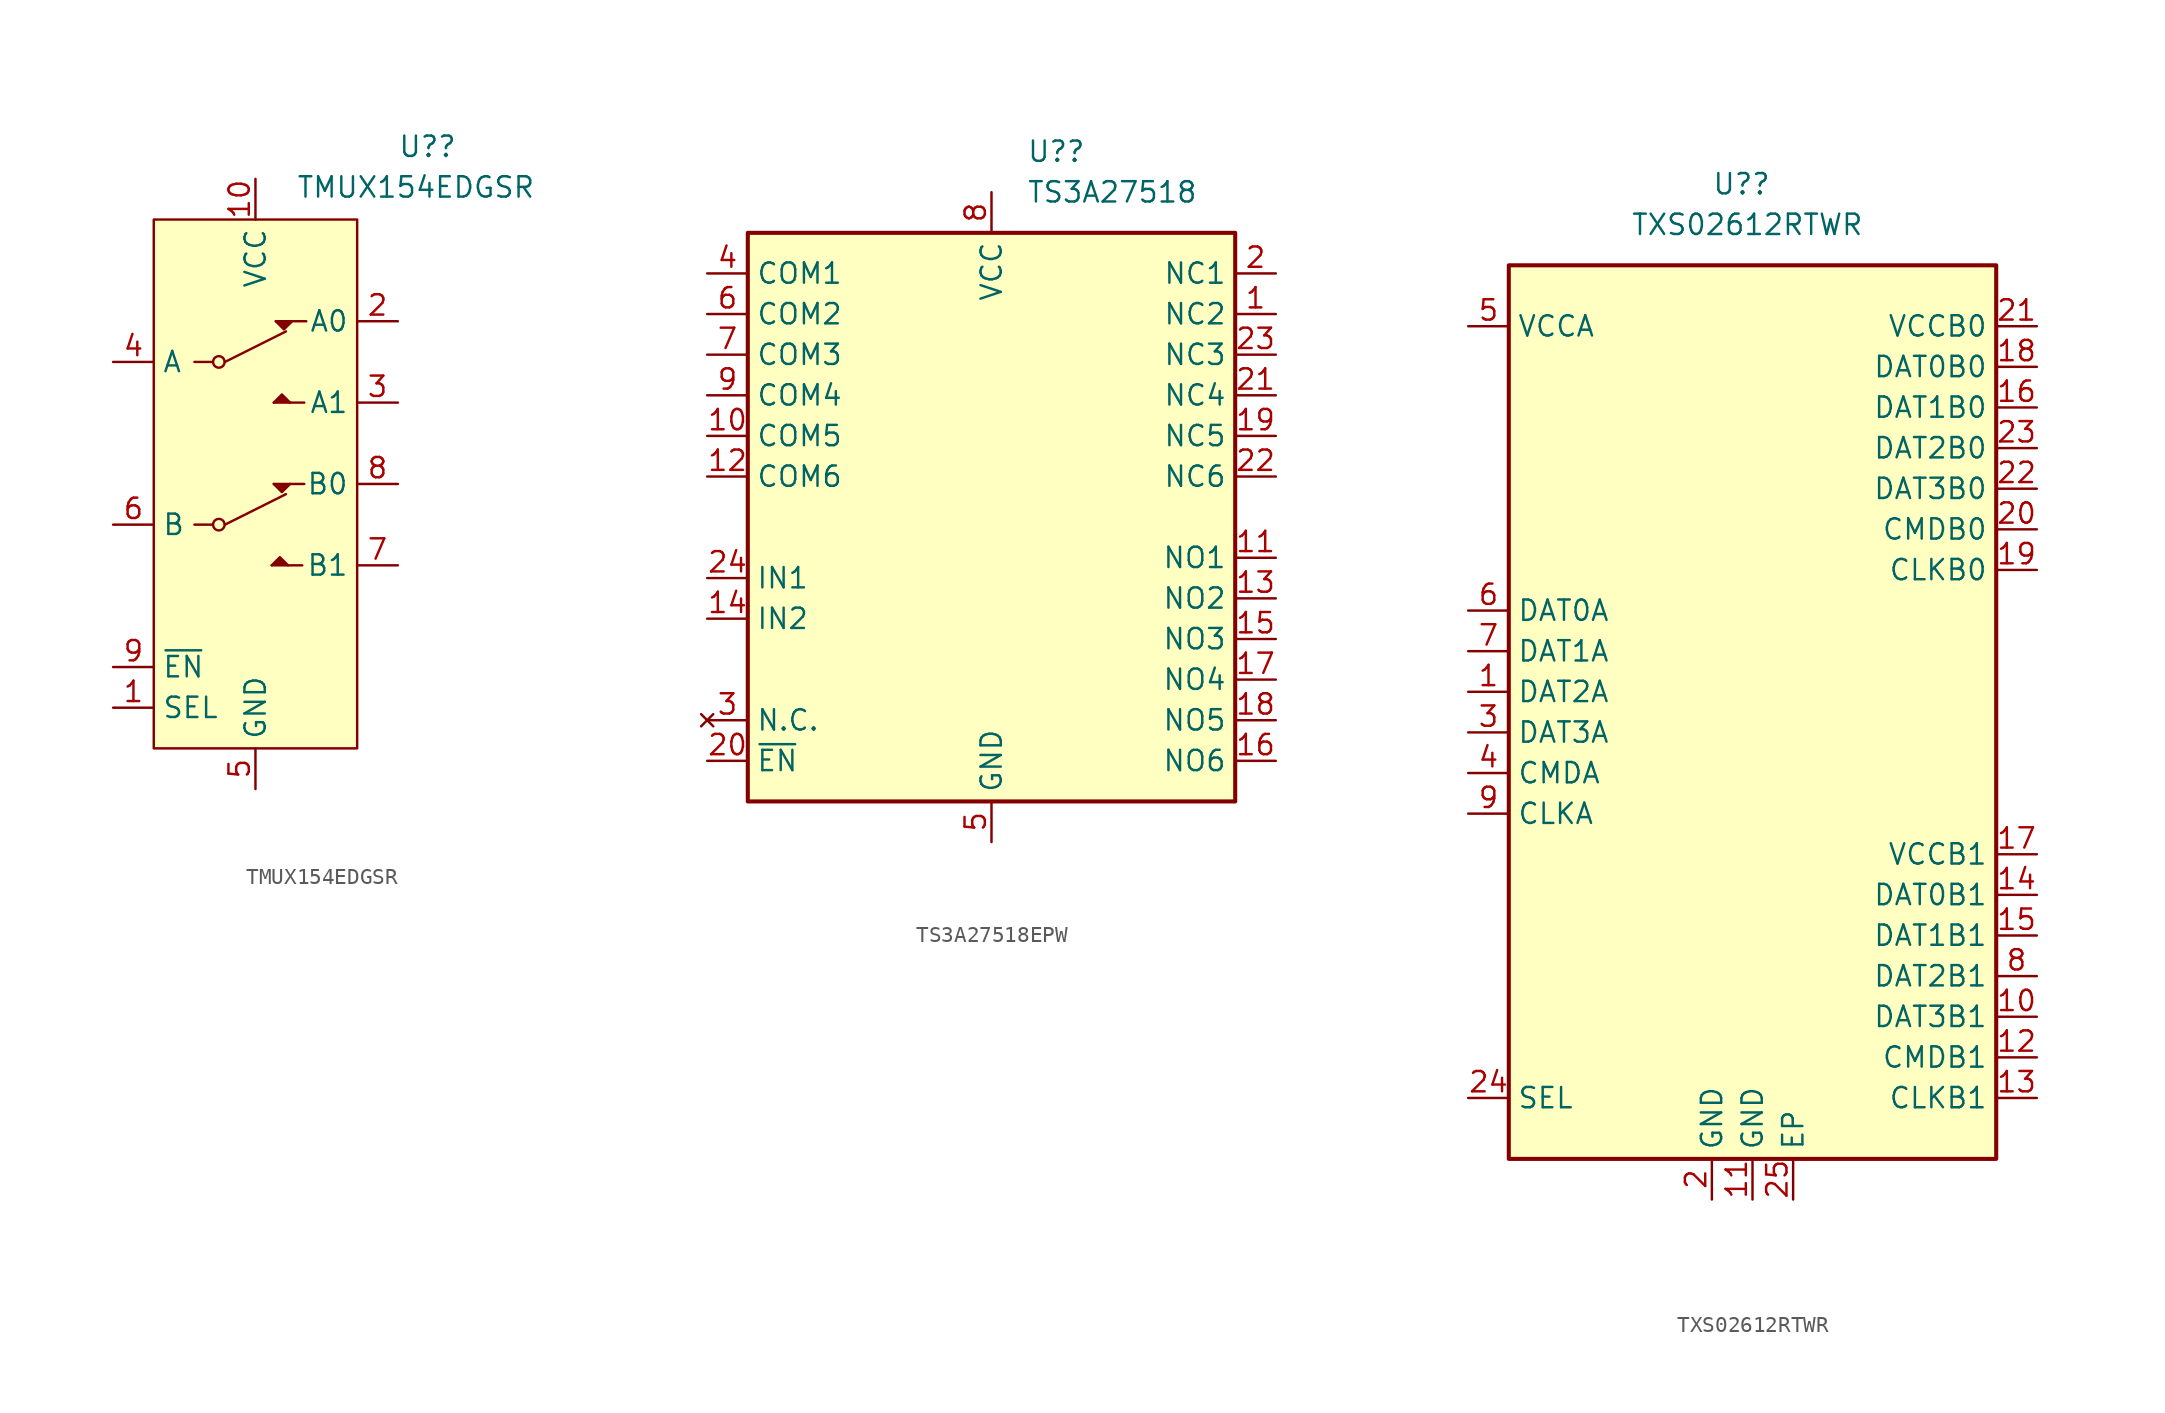
<source format=kicad_sym>
(kicad_symbol_lib
  (version 20220914)
  (generator kicad_symbol_editor)
  (symbol "TMUX154EDGSR"
    (property "Reference" "U?"
      (at 8.89 17.78 0)
      (effects (font (size 1.27 1.27)) (justify left bottom)))
    (property "Value" "TMUX154EDGSR"
      (at 2.54 15.24 0)
      (effects (font (size 1.27 1.27)) (justify left bottom)))
    (symbol "TMUX154EDGSR_0_0"
      (pin input line (at -8.89 -16.51 0) (length 2.54) (name "SEL" (effects (font (size 1.27 1.27)))) (number "1" (effects (font (size 1.27 1.27)))))
      (pin power_in line (at 0 16.51 270) (length 2.54) (name "VCC" (effects (font (size 1.27 1.27)))) (number "10" (effects (font (size 1.27 1.27)))))
      (pin bidirectional line (at 8.89 7.62 180) (length 2.54) (name "A0" (effects (font (size 1.27 1.27)))) (number "2" (effects (font (size 1.27 1.27)))))
      (pin bidirectional line (at 8.89 2.54 180) (length 2.54) (name "A1" (effects (font (size 1.27 1.27)))) (number "3" (effects (font (size 1.27 1.27)))))
      (pin bidirectional line (at -8.89 5.08 0) (length 2.54) (name "A" (effects (font (size 1.27 1.27)))) (number "4" (effects (font (size 1.27 1.27)))))
      (pin power_in line (at 0 -21.59 90) (length 2.54) (name "GND" (effects (font (size 1.27 1.27)))) (number "5" (effects (font (size 1.27 1.27)))))
      (pin bidirectional line (at -8.89 -5.08 0) (length 2.54) (name "B" (effects (font (size 1.27 1.27)))) (number "6" (effects (font (size 1.27 1.27)))))
      (pin bidirectional line (at 8.89 -7.62 180) (length 2.54) (name "B1" (effects (font (size 1.27 1.27)))) (number "7" (effects (font (size 1.27 1.27)))))
      (pin bidirectional line (at 8.89 -2.54 180) (length 2.54) (name "B0" (effects (font (size 1.27 1.27)))) (number "8" (effects (font (size 1.27 1.27)))))
      (pin input line (at -8.89 -13.97 0) (length 2.54) (name "~{EN}" (effects (font (size 1.27 1.27)))) (number "9" (effects (font (size 1.27 1.27))))))
    (symbol "TMUX154EDGSR_0_1"
      (polyline (pts (xy 2.921 -7.62) (xy 1.016 -7.62)) (stroke (width 0) (type default)) (fill (type none)))
      (polyline (pts (xy 3.048 -2.54) (xy 1.143 -2.54)) (stroke (width 0) (type default)) (fill (type none)))
      (polyline (pts (xy 3.048 2.54) (xy 1.143 2.54)) (stroke (width 0) (type default)) (fill (type none)))
      (polyline (pts (xy 3.175 7.62) (xy 1.27 7.62)) (stroke (width 0) (type default)) (fill (type none)))
      (polyline (pts (xy -1.905 -5.08) (xy -1.905 -5.08) (xy 1.905 -3.175)) (stroke (width 0) (type default)) (fill (type none)))
      (polyline (pts (xy -1.905 5.08) (xy -1.905 5.08) (xy 1.905 6.985)) (stroke (width 0) (type default)) (fill (type none))))
    (symbol "TMUX154EDGSR_1_1"
      (rectangle (start -6.35 13.97) (end 6.35 -19.05) (stroke (width 0) (type default)) (fill (type background)))
      (circle (center -2.286 -5.08) (radius 0.359) (stroke (width 0) (type default)) (fill (type none)))
      (circle (center -2.286 5.08) (radius 0.359) (stroke (width 0) (type default)) (fill (type none)))
      (polyline (pts (xy -2.667 -5.08) (xy -3.81 -5.08)) (stroke (width 0) (type default)) (fill (type none)))
      (polyline (pts (xy -2.667 5.08) (xy -3.81 5.08)) (stroke (width 0) (type default)) (fill (type none)))
      (polyline (pts (xy 1.016 -7.62) (xy 1.524 -7.112) (xy 2.032 -7.62)) (stroke (width 0) (type default)) (fill (type outline)))
      (polyline (pts (xy 1.143 -2.54) (xy 1.651 -3.048) (xy 2.159 -2.54)) (stroke (width 0) (type default)) (fill (type outline)))
      (polyline (pts (xy 1.143 2.54) (xy 1.651 3.048) (xy 2.159 2.54)) (stroke (width 0) (type default)) (fill (type outline)))
      (polyline (pts (xy 1.27 7.62) (xy 1.778 7.112) (xy 2.286 7.62)) (stroke (width 0) (type default)) (fill (type outline)))))
  (symbol "TS3A27518EPW"
    (property "Reference" "U?"
      (at 2.194 22.86 0)
      (effects (font (size 1.27 1.27)) (justify left)))
    (property "Value" "TS3A27518"
      (at 2.194 20.32 0)
      (effects (font (size 1.27 1.27)) (justify left)))
    (symbol "TS3A27518EPW_0_1"
      (rectangle (start -15.24 17.78) (end 15.24 -17.78) (stroke (width 0.254) (type default)) (fill (type background))))
    (symbol "TS3A27518EPW_1_1"
      (pin bidirectional line (at 17.78 12.7 180) (length 2.54) (name "NC2" (effects (font (size 1.27 1.27)))) (number "1" (effects (font (size 1.27 1.27)))))
      (pin bidirectional line (at -17.78 5.08 0) (length 2.54) (name "COM5" (effects (font (size 1.27 1.27)))) (number "10" (effects (font (size 1.27 1.27)))))
      (pin bidirectional line (at 17.78 -2.54 180) (length 2.54) (name "NO1" (effects (font (size 1.27 1.27)))) (number "11" (effects (font (size 1.27 1.27)))))
      (pin bidirectional line (at -17.78 2.54 0) (length 2.54) (name "COM6" (effects (font (size 1.27 1.27)))) (number "12" (effects (font (size 1.27 1.27)))))
      (pin bidirectional line (at 17.78 -5.08 180) (length 2.54) (name "NO2" (effects (font (size 1.27 1.27)))) (number "13" (effects (font (size 1.27 1.27)))))
      (pin input line (at -17.78 -6.35 0) (length 2.54) (name "IN2" (effects (font (size 1.27 1.27)))) (number "14" (effects (font (size 1.27 1.27)))))
      (pin bidirectional line (at 17.78 -7.62 180) (length 2.54) (name "NO3" (effects (font (size 1.27 1.27)))) (number "15" (effects (font (size 1.27 1.27)))))
      (pin bidirectional line (at 17.78 -15.24 180) (length 2.54) (name "NO6" (effects (font (size 1.27 1.27)))) (number "16" (effects (font (size 1.27 1.27)))))
      (pin bidirectional line (at 17.78 -10.16 180) (length 2.54) (name "NO4" (effects (font (size 1.27 1.27)))) (number "17" (effects (font (size 1.27 1.27)))))
      (pin bidirectional line (at 17.78 -12.7 180) (length 2.54) (name "NO5" (effects (font (size 1.27 1.27)))) (number "18" (effects (font (size 1.27 1.27)))))
      (pin bidirectional line (at 17.78 5.08 180) (length 2.54) (name "NC5" (effects (font (size 1.27 1.27)))) (number "19" (effects (font (size 1.27 1.27)))))
      (pin bidirectional line (at 17.78 15.24 180) (length 2.54) (name "NC1" (effects (font (size 1.27 1.27)))) (number "2" (effects (font (size 1.27 1.27)))))
      (pin input line (at -17.78 -15.24 0) (length 2.54) (name "~{EN}" (effects (font (size 1.27 1.27)))) (number "20" (effects (font (size 1.27 1.27)))))
      (pin bidirectional line (at 17.78 7.62 180) (length 2.54) (name "NC4" (effects (font (size 1.27 1.27)))) (number "21" (effects (font (size 1.27 1.27)))))
      (pin bidirectional line (at 17.78 2.54 180) (length 2.54) (name "NC6" (effects (font (size 1.27 1.27)))) (number "22" (effects (font (size 1.27 1.27)))))
      (pin bidirectional line (at 17.78 10.16 180) (length 2.54) (name "NC3" (effects (font (size 1.27 1.27)))) (number "23" (effects (font (size 1.27 1.27)))))
      (pin input line (at -17.78 -3.81 0) (length 2.54) (name "IN1" (effects (font (size 1.27 1.27)))) (number "24" (effects (font (size 1.27 1.27)))))
      (pin no_connect line (at -17.78 -12.7 0) (length 2.54) (name "N.C." (effects (font (size 1.27 1.27)))) (number "3" (effects (font (size 1.27 1.27)))))
      (pin bidirectional line (at -17.78 15.24 0) (length 2.54) (name "COM1" (effects (font (size 1.27 1.27)))) (number "4" (effects (font (size 1.27 1.27)))))
      (pin power_in line (at 0 -20.32 90) (length 2.54) (name "GND" (effects (font (size 1.27 1.27)))) (number "5" (effects (font (size 1.27 1.27)))))
      (pin bidirectional line (at -17.78 12.7 0) (length 2.54) (name "COM2" (effects (font (size 1.27 1.27)))) (number "6" (effects (font (size 1.27 1.27)))))
      (pin bidirectional line (at -17.78 10.16 0) (length 2.54) (name "COM3" (effects (font (size 1.27 1.27)))) (number "7" (effects (font (size 1.27 1.27)))))
      (pin power_in line (at 0 20.32 270) (length 2.54) (name "VCC" (effects (font (size 1.27 1.27)))) (number "8" (effects (font (size 1.27 1.27)))))
      (pin bidirectional line (at -17.78 7.62 0) (length 2.54) (name "COM4" (effects (font (size 1.27 1.27)))) (number "9" (effects (font (size 1.27 1.27)))))))
  (symbol "TXS02612RTWR"
    (property "Reference" "U?"
      (at -2.54 33.02 0)
      (effects (font (size 1.27 1.27)) (justify left)))
    (property "Value" "TXS02612RTWR"
      (at -7.62 30.48 0)
      (effects (font (size 1.27 1.27)) (justify left)))
    (symbol "TXS02612RTWR_0_1"
      (rectangle (start -15.24 27.94) (end 15.24 -27.94) (stroke (width 0.254) (type default)) (fill (type background))))
    (symbol "TXS02612RTWR_1_0"
      (pin bidirectional line (at 17.78 21.59 180) (length 2.54) (name "DAT0B0" (effects (font (size 1.27 1.27)))) (number "18" (effects (font (size 1.27 1.27)))))
      (pin power_in line (at 17.78 24.13 180) (length 2.54) (name "VCCB0" (effects (font (size 1.27 1.27)))) (number "21" (effects (font (size 1.27 1.27)))))
      (pin passive line (at 2.54 -30.48 90) (length 2.54) (name "EP" (effects (font (size 1.27 1.27)))) (number "25" (effects (font (size 1.27 1.27))))))
    (symbol "TXS02612RTWR_1_1"
      (pin bidirectional line (at -17.78 1.27 0) (length 2.54) (name "DAT2A" (effects (font (size 1.27 1.27)))) (number "1" (effects (font (size 1.27 1.27)))))
      (pin bidirectional line (at 17.78 -19.05 180) (length 2.54) (name "DAT3B1" (effects (font (size 1.27 1.27)))) (number "10" (effects (font (size 1.27 1.27)))))
      (pin power_in line (at 0 -30.48 90) (length 2.54) (name "GND" (effects (font (size 1.27 1.27)))) (number "11" (effects (font (size 1.27 1.27)))))
      (pin bidirectional line (at 17.78 -21.59 180) (length 2.54) (name "CMDB1" (effects (font (size 1.27 1.27)))) (number "12" (effects (font (size 1.27 1.27)))))
      (pin bidirectional line (at 17.78 -24.13 180) (length 2.54) (name "CLKB1" (effects (font (size 1.27 1.27)))) (number "13" (effects (font (size 1.27 1.27)))))
      (pin bidirectional line (at 17.78 -11.43 180) (length 2.54) (name "DAT0B1" (effects (font (size 1.27 1.27)))) (number "14" (effects (font (size 1.27 1.27)))))
      (pin bidirectional line (at 17.78 -13.97 180) (length 2.54) (name "DAT1B1" (effects (font (size 1.27 1.27)))) (number "15" (effects (font (size 1.27 1.27)))))
      (pin bidirectional line (at 17.78 19.05 180) (length 2.54) (name "DAT1B0" (effects (font (size 1.27 1.27)))) (number "16" (effects (font (size 1.27 1.27)))))
      (pin power_in line (at 17.78 -8.89 180) (length 2.54) (name "VCCB1" (effects (font (size 1.27 1.27)))) (number "17" (effects (font (size 1.27 1.27)))))
      (pin bidirectional line (at 17.78 8.89 180) (length 2.54) (name "CLKB0" (effects (font (size 1.27 1.27)))) (number "19" (effects (font (size 1.27 1.27)))))
      (pin power_in line (at -2.54 -30.48 90) (length 2.54) (name "GND" (effects (font (size 1.27 1.27)))) (number "2" (effects (font (size 1.27 1.27)))))
      (pin bidirectional line (at 17.78 11.43 180) (length 2.54) (name "CMDB0" (effects (font (size 1.27 1.27)))) (number "20" (effects (font (size 1.27 1.27)))))
      (pin bidirectional line (at 17.78 13.97 180) (length 2.54) (name "DAT3B0" (effects (font (size 1.27 1.27)))) (number "22" (effects (font (size 1.27 1.27)))))
      (pin bidirectional line (at 17.78 16.51 180) (length 2.54) (name "DAT2B0" (effects (font (size 1.27 1.27)))) (number "23" (effects (font (size 1.27 1.27)))))
      (pin input line (at -17.78 -24.13 0) (length 2.54) (name "SEL" (effects (font (size 1.27 1.27)))) (number "24" (effects (font (size 1.27 1.27)))))
      (pin bidirectional line (at -17.78 -1.27 0) (length 2.54) (name "DAT3A" (effects (font (size 1.27 1.27)))) (number "3" (effects (font (size 1.27 1.27)))))
      (pin bidirectional line (at -17.78 -3.81 0) (length 2.54) (name "CMDA" (effects (font (size 1.27 1.27)))) (number "4" (effects (font (size 1.27 1.27)))))
      (pin power_in line (at -17.78 24.13 0) (length 2.54) (name "VCCA" (effects (font (size 1.27 1.27)))) (number "5" (effects (font (size 1.27 1.27)))))
      (pin bidirectional line (at -17.78 6.35 0) (length 2.54) (name "DAT0A" (effects (font (size 1.27 1.27)))) (number "6" (effects (font (size 1.27 1.27)))))
      (pin bidirectional line (at -17.78 3.81 0) (length 2.54) (name "DAT1A" (effects (font (size 1.27 1.27)))) (number "7" (effects (font (size 1.27 1.27)))))
      (pin bidirectional line (at 17.78 -16.51 180) (length 2.54) (name "DAT2B1" (effects (font (size 1.27 1.27)))) (number "8" (effects (font (size 1.27 1.27)))))
      (pin bidirectional line (at -17.78 -6.35 0) (length 2.54) (name "CLKA" (effects (font (size 1.27 1.27)))) (number "9" (effects (font (size 1.27 1.27))))))))
</source>
